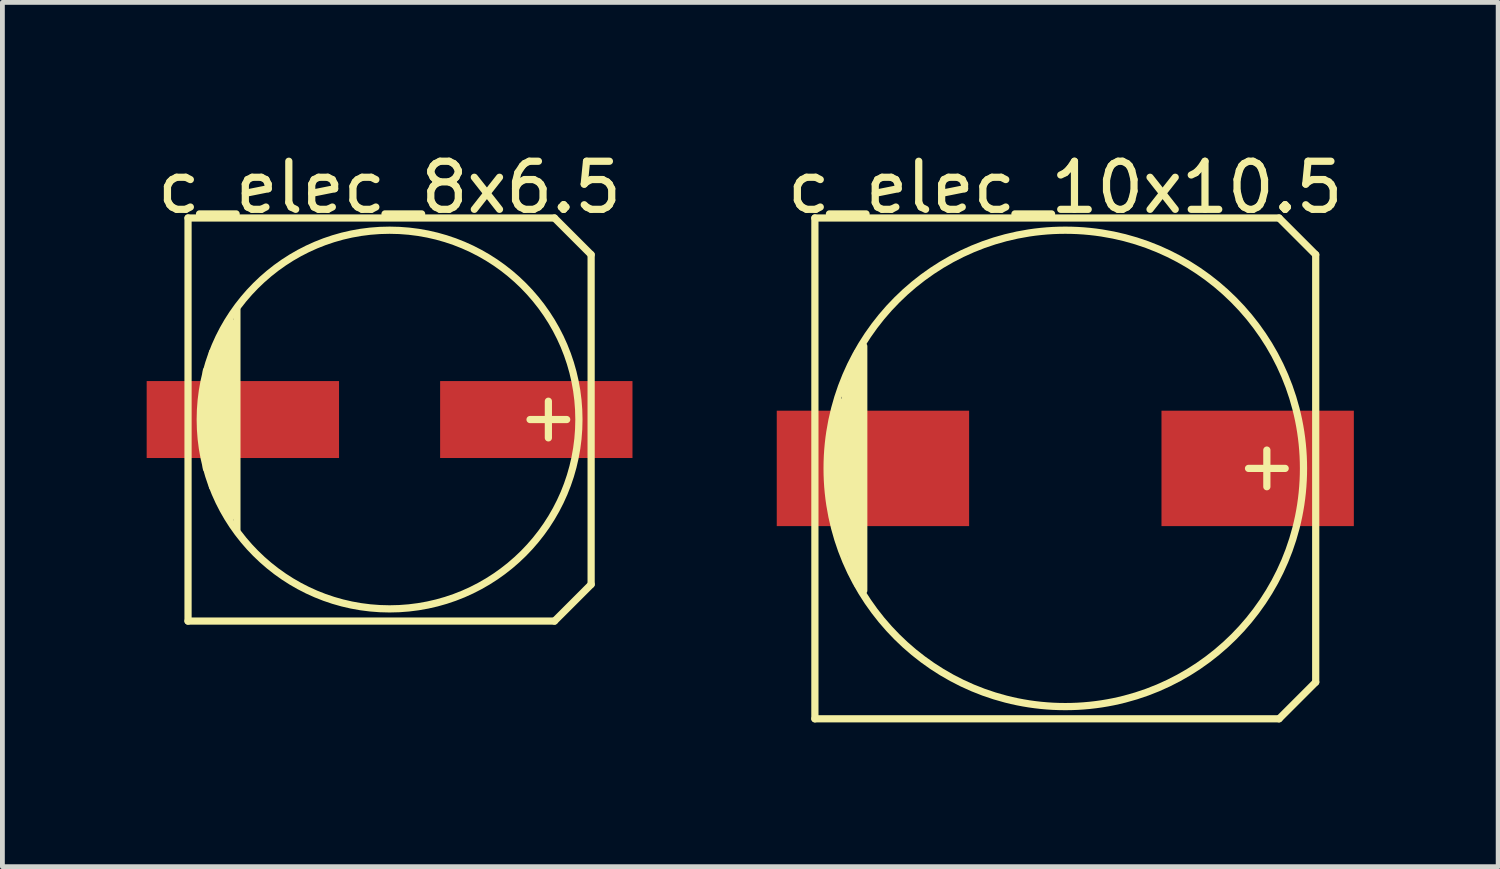
<source format=kicad_pcb>
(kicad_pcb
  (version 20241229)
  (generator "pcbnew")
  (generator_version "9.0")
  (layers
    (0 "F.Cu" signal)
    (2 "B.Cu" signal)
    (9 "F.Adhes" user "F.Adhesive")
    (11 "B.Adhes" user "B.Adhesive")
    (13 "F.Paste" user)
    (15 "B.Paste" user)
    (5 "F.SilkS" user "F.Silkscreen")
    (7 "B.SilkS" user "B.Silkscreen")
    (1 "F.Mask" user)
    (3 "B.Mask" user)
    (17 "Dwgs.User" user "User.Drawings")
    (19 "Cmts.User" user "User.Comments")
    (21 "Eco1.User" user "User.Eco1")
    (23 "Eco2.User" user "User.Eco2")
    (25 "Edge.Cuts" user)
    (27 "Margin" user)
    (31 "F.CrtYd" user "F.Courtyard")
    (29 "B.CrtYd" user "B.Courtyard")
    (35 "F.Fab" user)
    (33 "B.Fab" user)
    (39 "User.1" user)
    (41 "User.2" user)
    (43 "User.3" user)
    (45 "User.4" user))
  (footprint "c_elec_10x10.5"
    (layer "F.Cu")
    (at 19.102 6.69)
    (property "Reference" "c_elec_10x10.5" (at 0 -5.842 0) (layer "F.SilkS") (effects (font (size 1 1) (thickness 0.15))))
    (attr through_hole)
    (fp_line (start -5.207 -5.207) (end -5.207 5.207) (stroke (width 0.15) (type solid)) (layer "F.SilkS"))
    (fp_line (start -5.207 5.207) (end 4.445 5.207) (stroke (width 0.15) (type solid)) (layer "F.SilkS"))
    (fp_line (start -4.826 1.016) (end -4.826 -1.016) (stroke (width 0.15) (type solid)) (layer "F.SilkS"))
    (fp_line (start -4.699 -1.397) (end -4.699 1.524) (stroke (width 0.15) (type solid)) (layer "F.SilkS"))
    (fp_line (start -4.572 1.778) (end -4.572 -1.778) (stroke (width 0.15) (type solid)) (layer "F.SilkS"))
    (fp_line (start -4.445 -2.159) (end -4.445 2.159) (stroke (width 0.15) (type solid)) (layer "F.SilkS"))
    (fp_line (start -4.318 2.413) (end -4.318 -2.413) (stroke (width 0.15) (type solid)) (layer "F.SilkS"))
    (fp_line (start -4.191 -2.54) (end -4.191 2.54) (stroke (width 0.15) (type solid)) (layer "F.SilkS"))
    (fp_line (start 4.191 -0.381) (end 4.191 0.381) (stroke (width 0.15) (type solid)) (layer "F.SilkS"))
    (fp_line (start 4.445 -5.207) (end -5.207 -5.207) (stroke (width 0.15) (type solid)) (layer "F.SilkS"))
    (fp_line (start 4.445 5.207) (end 5.207 4.445) (stroke (width 0.15) (type solid)) (layer "F.SilkS"))
    (fp_line (start 4.572 0) (end 3.81 0) (stroke (width 0.15) (type solid)) (layer "F.SilkS"))
    (fp_line (start 5.207 -4.445) (end 4.445 -5.207) (stroke (width 0.15) (type solid)) (layer "F.SilkS"))
    (fp_line (start 5.207 4.445) (end 5.207 -4.445) (stroke (width 0.15) (type solid)) (layer "F.SilkS"))
    (fp_circle (center 0 0) (end 4.953 0) (stroke (width 0.15) (type solid)) (fill no) (layer "F.SilkS"))
    (pad "1" smd rect (at 4 0) (size 4 2.4) (layers "F.Cu" "F.Mask" "F.Paste"))
    (pad "2" smd rect (at -4 0) (size 4 2.4) (layers "F.Cu" "F.Mask" "F.Paste")))
  (footprint "c_elec_8x6.5"
    (layer "F.Cu")
    (at 5.051 5.674)
    (property "Reference" "c_elec_8x6.5" (at 0 -4.826 0) (layer "F.SilkS") (effects (font (size 1 1) (thickness 0.15))))
    (attr through_hole)
    (fp_line (start -4.191 -4.191) (end -4.191 4.191) (stroke (width 0.15) (type solid)) (layer "F.SilkS"))
    (fp_line (start -4.191 4.191) (end 3.429 4.191) (stroke (width 0.15) (type solid)) (layer "F.SilkS"))
    (fp_line (start -3.81 -1.016) (end -3.81 1.016) (stroke (width 0.15) (type solid)) (layer "F.SilkS"))
    (fp_line (start -3.683 1.397) (end -3.683 -1.397) (stroke (width 0.15) (type solid)) (layer "F.SilkS"))
    (fp_line (start -3.556 -1.651) (end -3.556 1.651) (stroke (width 0.15) (type solid)) (layer "F.SilkS"))
    (fp_line (start -3.429 1.905) (end -3.429 -1.905) (stroke (width 0.15) (type solid)) (layer "F.SilkS"))
    (fp_line (start -3.302 2.032) (end -3.302 -2.032) (stroke (width 0.15) (type solid)) (layer "F.SilkS"))
    (fp_line (start -3.175 -2.286) (end -3.175 2.286) (stroke (width 0.15) (type solid)) (layer "F.SilkS"))
    (fp_line (start 3.302 -0.381) (end 3.302 0.381) (stroke (width 0.15) (type solid)) (layer "F.SilkS"))
    (fp_line (start 3.429 -4.191) (end -4.191 -4.191) (stroke (width 0.15) (type solid)) (layer "F.SilkS"))
    (fp_line (start 3.429 4.191) (end 4.191 3.429) (stroke (width 0.15) (type solid)) (layer "F.SilkS"))
    (fp_line (start 3.683 0) (end 2.921 0) (stroke (width 0.15) (type solid)) (layer "F.SilkS"))
    (fp_line (start 4.191 -3.429) (end 3.429 -4.191) (stroke (width 0.15) (type solid)) (layer "F.SilkS"))
    (fp_line (start 4.191 3.429) (end 4.191 -3.429) (stroke (width 0.15) (type solid)) (layer "F.SilkS"))
    (fp_circle (center 0 0) (end 3.937 0) (stroke (width 0.15) (type solid)) (fill no) (layer "F.SilkS"))
    (pad "1" smd rect (at 3.051 0) (size 4 1.6) (layers "F.Cu" "F.Mask" "F.Paste"))
    (pad "2" smd rect (at -3.051 0) (size 4 1.6) (layers "F.Cu" "F.Mask" "F.Paste")))
  (gr_rect
    (start -3 -3)
    (end 28.103 14.972)
    (stroke (width 0.1) (type default))
    (fill no)
    (layer "Edge.Cuts")))
</source>
